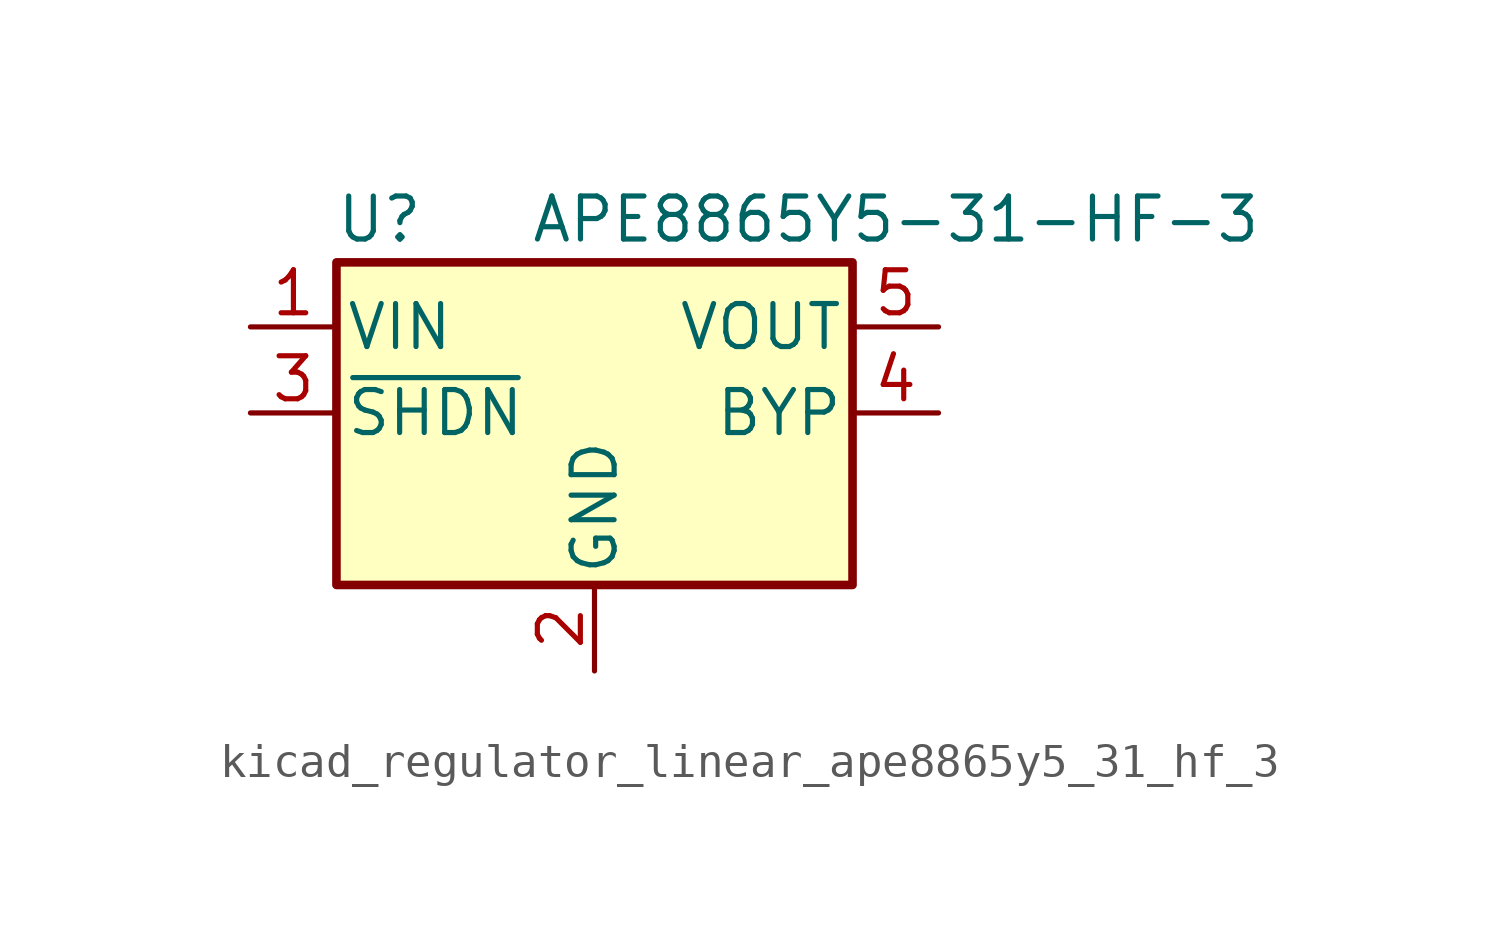
<source format=kicad_sym>
(kicad_symbol_lib
  (version 20220914)
  (generator kicad_symbol_editor)
  (symbol "kicad_regulator_linear_ape8865y5_31_hf_3"
    (pin_names
      (offset 0.254))
    (property "Reference" "U"
      (at -6.35 5.715 0)
      (effects (font (size 1.27 1.27))))
    (property "Value" "APE8865Y5-31-HF-3"
      (at -1.905 5.715 0)
      (effects (font (size 1.27 1.27)) (justify left)))
    (symbol "kicad_regulator_linear_ape8865y5_31_hf_3_0_1"
      (rectangle (start -7.62 4.445) (end 7.62 -5.08) (stroke (width 0.254) (type default)) (fill (type background))))
    (symbol "kicad_regulator_linear_ape8865y5_31_hf_3_1_1"
      (pin power_in line (at -10.16 2.54 0) (length 2.54) (name "VIN" (effects (font (size 1.27 1.27)))) (number "1" (effects (font (size 1.27 1.27)))))
      (pin power_in line (at 0 -7.62 90) (length 2.54) (name "GND" (effects (font (size 1.27 1.27)))) (number "2" (effects (font (size 1.27 1.27)))))
      (pin input line (at -10.16 0 0) (length 2.54) (name "~{SHDN}" (effects (font (size 1.27 1.27)))) (number "3" (effects (font (size 1.27 1.27)))))
      (pin input line (at 10.16 0 180) (length 2.54) (name "BYP" (effects (font (size 1.27 1.27)))) (number "4" (effects (font (size 1.27 1.27)))))
      (pin power_out line (at 10.16 2.54 180) (length 2.54) (name "VOUT" (effects (font (size 1.27 1.27)))) (number "5" (effects (font (size 1.27 1.27))))))))
</source>
